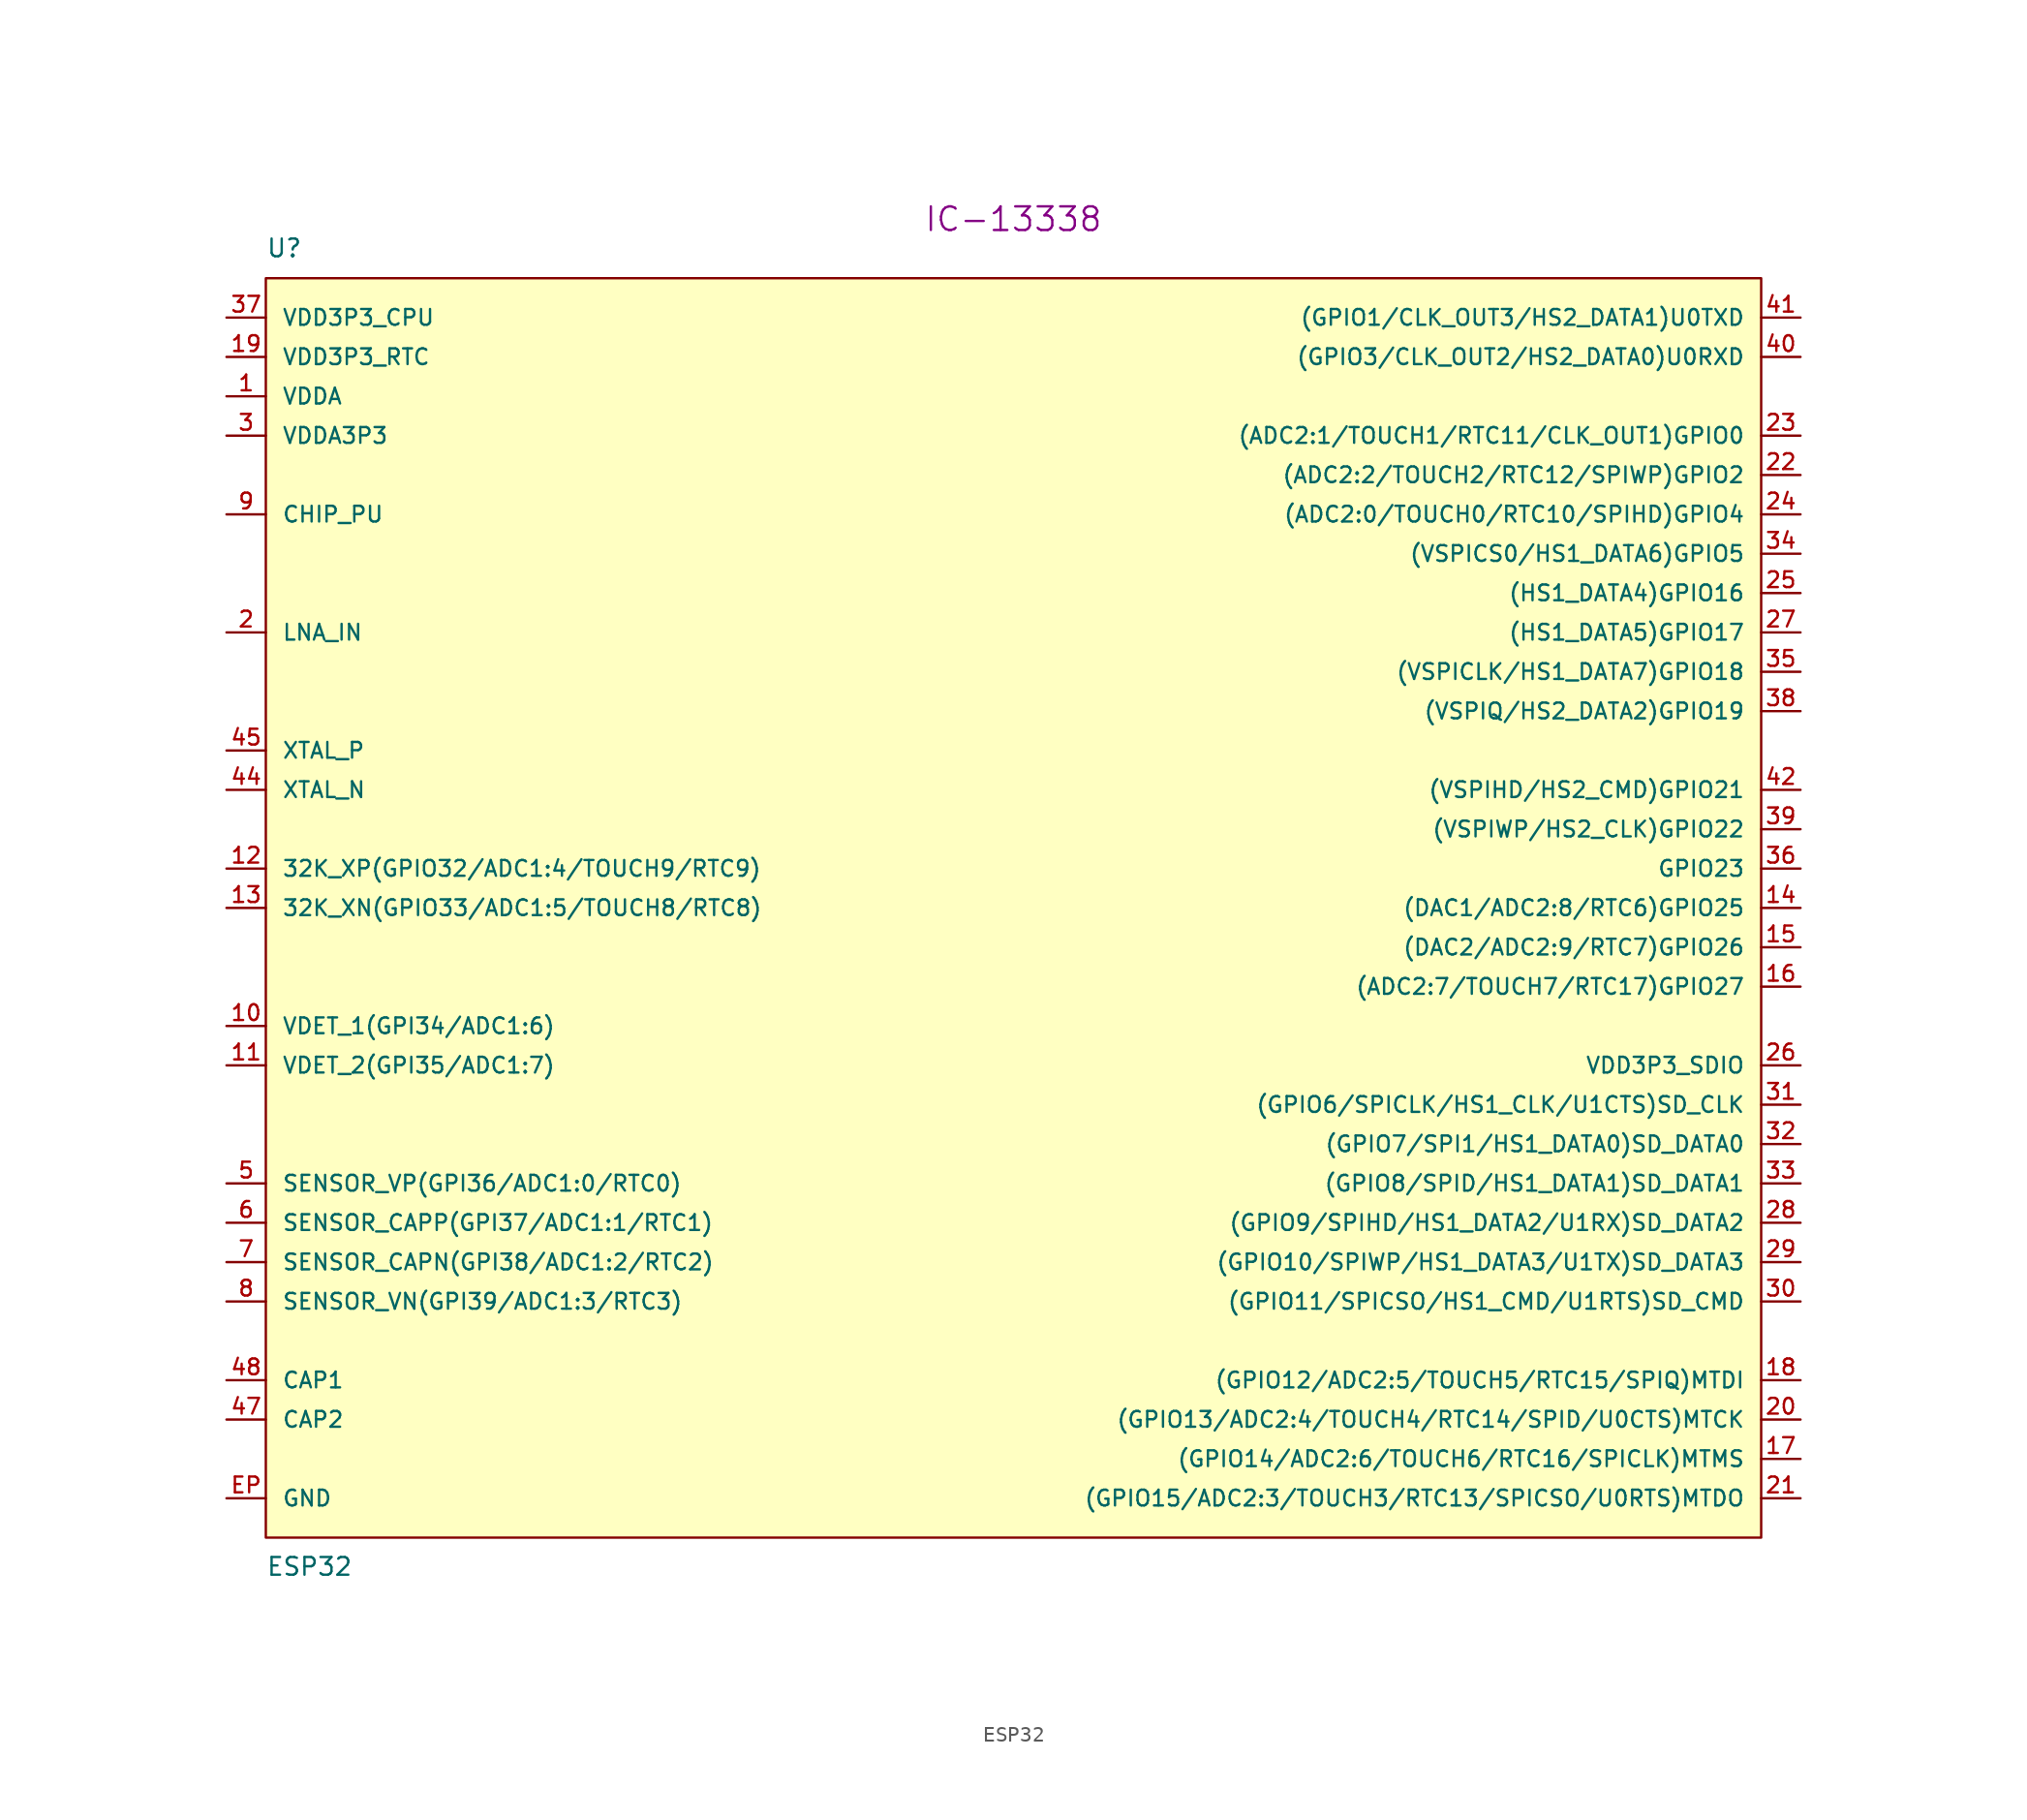
<source format=kicad_sym>
(kicad_symbol_lib
  (version 20220914)
  (generator kicad_symbol_editor)
  (symbol "ESP32"
    (pin_names
      (offset 1.016))
    (property "Reference" "U"
      (at -48.26 41.91 0)
      (effects (font (size 1.143 1.143)) (justify left bottom)))
    (property "Value" "ESP32"
      (at -48.26 -43.18 0)
      (effects (font (size 1.143 1.143)) (justify left bottom)))
    (property "Field4" "IC-13338"
      (at 0 44.45 0)
      (effects (font (size 1.524 1.524))))
    (property "ki_locked" ""
      (at 0 0 0)
      (effects (font (size 1.27 1.27))))
    (symbol "ESP32_1_1"
      (polyline (pts (xy 48.26 40.64) (xy -48.26 40.64) (xy -48.26 -40.64) (xy 48.26 -40.64) (xy 48.26 40.64)) (stroke (width 0) (type solid)) (fill (type background)))
      (pin bidirectional line (at -50.8 33.02 0) (length 2.54) (name "VDDA" (effects (font (size 1.016 1.016)))) (number "1" (effects (font (size 1.016 1.016)))))
      (pin bidirectional line (at -50.8 -7.62 0) (length 2.54) (name "VDET_1(GPI34/ADC1:6)" (effects (font (size 1.016 1.016)))) (number "10" (effects (font (size 1.016 1.016)))))
      (pin bidirectional line (at -50.8 -10.16 0) (length 2.54) (name "VDET_2(GPI35/ADC1:7)" (effects (font (size 1.016 1.016)))) (number "11" (effects (font (size 1.016 1.016)))))
      (pin bidirectional line (at -50.8 2.54 0) (length 2.54) (name "32K_XP(GPIO32/ADC1:4/TOUCH9/RTC9)" (effects (font (size 1.016 1.016)))) (number "12" (effects (font (size 1.016 1.016)))))
      (pin bidirectional line (at -50.8 0 0) (length 2.54) (name "32K_XN(GPIO33/ADC1:5/TOUCH8/RTC8)" (effects (font (size 1.016 1.016)))) (number "13" (effects (font (size 1.016 1.016)))))
      (pin bidirectional line (at 50.8 0 180) (length 2.54) (name "(DAC1/ADC2:8/RTC6)GPIO25" (effects (font (size 1.016 1.016)))) (number "14" (effects (font (size 1.016 1.016)))))
      (pin bidirectional line (at 50.8 -2.54 180) (length 2.54) (name "(DAC2/ADC2:9/RTC7)GPIO26" (effects (font (size 1.016 1.016)))) (number "15" (effects (font (size 1.016 1.016)))))
      (pin bidirectional line (at 50.8 -5.08 180) (length 2.54) (name "(ADC2:7/TOUCH7/RTC17)GPIO27" (effects (font (size 1.016 1.016)))) (number "16" (effects (font (size 1.016 1.016)))))
      (pin bidirectional line (at 50.8 -35.56 180) (length 2.54) (name "(GPIO14/ADC2:6/TOUCH6/RTC16/SPICLK)MTMS" (effects (font (size 1.016 1.016)))) (number "17" (effects (font (size 1.016 1.016)))))
      (pin bidirectional line (at 50.8 -30.48 180) (length 2.54) (name "(GPIO12/ADC2:5/TOUCH5/RTC15/SPIQ)MTDI" (effects (font (size 1.016 1.016)))) (number "18" (effects (font (size 1.016 1.016)))))
      (pin bidirectional line (at -50.8 35.56 0) (length 2.54) (name "VDD3P3_RTC" (effects (font (size 1.016 1.016)))) (number "19" (effects (font (size 1.016 1.016)))))
      (pin bidirectional line (at -50.8 17.78 0) (length 2.54) (name "LNA_IN" (effects (font (size 1.016 1.016)))) (number "2" (effects (font (size 1.016 1.016)))))
      (pin bidirectional line (at 50.8 -33.02 180) (length 2.54) (name "(GPIO13/ADC2:4/TOUCH4/RTC14/SPID/U0CTS)MTCK" (effects (font (size 1.016 1.016)))) (number "20" (effects (font (size 1.016 1.016)))))
      (pin bidirectional line (at 50.8 -38.1 180) (length 2.54) (name "(GPIO15/ADC2:3/TOUCH3/RTC13/SPICSO/U0RTS)MTDO" (effects (font (size 1.016 1.016)))) (number "21" (effects (font (size 1.016 1.016)))))
      (pin bidirectional line (at 50.8 27.94 180) (length 2.54) (name "(ADC2:2/TOUCH2/RTC12/SPIWP)GPIO2" (effects (font (size 1.016 1.016)))) (number "22" (effects (font (size 1.016 1.016)))))
      (pin bidirectional line (at 50.8 30.48 180) (length 2.54) (name "(ADC2:1/TOUCH1/RTC11/CLK_OUT1)GPIO0" (effects (font (size 1.016 1.016)))) (number "23" (effects (font (size 1.016 1.016)))))
      (pin bidirectional line (at 50.8 25.4 180) (length 2.54) (name "(ADC2:0/TOUCH0/RTC10/SPIHD)GPIO4" (effects (font (size 1.016 1.016)))) (number "24" (effects (font (size 1.016 1.016)))))
      (pin bidirectional line (at 50.8 20.32 180) (length 2.54) (name "(HS1_DATA4)GPIO16" (effects (font (size 1.016 1.016)))) (number "25" (effects (font (size 1.016 1.016)))))
      (pin bidirectional line (at 50.8 -10.16 180) (length 2.54) (name "VDD3P3_SDIO" (effects (font (size 1.016 1.016)))) (number "26" (effects (font (size 1.016 1.016)))))
      (pin bidirectional line (at 50.8 17.78 180) (length 2.54) (name "(HS1_DATA5)GPIO17" (effects (font (size 1.016 1.016)))) (number "27" (effects (font (size 1.016 1.016)))))
      (pin bidirectional line (at 50.8 -20.32 180) (length 2.54) (name "(GPIO9/SPIHD/HS1_DATA2/U1RX)SD_DATA2" (effects (font (size 1.016 1.016)))) (number "28" (effects (font (size 1.016 1.016)))))
      (pin bidirectional line (at 50.8 -22.86 180) (length 2.54) (name "(GPIO10/SPIWP/HS1_DATA3/U1TX)SD_DATA3" (effects (font (size 1.016 1.016)))) (number "29" (effects (font (size 1.016 1.016)))))
      (pin bidirectional line (at -50.8 30.48 0) (length 2.54) (name "VDDA3P3" (effects (font (size 1.016 1.016)))) (number "3" (effects (font (size 1.016 1.016)))))
      (pin bidirectional line (at 50.8 -25.4 180) (length 2.54) (name "(GPIO11/SPICSO/HS1_CMD/U1RTS)SD_CMD" (effects (font (size 1.016 1.016)))) (number "30" (effects (font (size 1.016 1.016)))))
      (pin bidirectional line (at 50.8 -12.7 180) (length 2.54) (name "(GPIO6/SPICLK/HS1_CLK/U1CTS)SD_CLK" (effects (font (size 1.016 1.016)))) (number "31" (effects (font (size 1.016 1.016)))))
      (pin bidirectional line (at 50.8 -15.24 180) (length 2.54) (name "(GPIO7/SPI1/HS1_DATA0)SD_DATA0" (effects (font (size 1.016 1.016)))) (number "32" (effects (font (size 1.016 1.016)))))
      (pin bidirectional line (at 50.8 -17.78 180) (length 2.54) (name "(GPIO8/SPID/HS1_DATA1)SD_DATA1" (effects (font (size 1.016 1.016)))) (number "33" (effects (font (size 1.016 1.016)))))
      (pin bidirectional line (at 50.8 22.86 180) (length 2.54) (name "(VSPICS0/HS1_DATA6)GPIO5" (effects (font (size 1.016 1.016)))) (number "34" (effects (font (size 1.016 1.016)))))
      (pin bidirectional line (at 50.8 15.24 180) (length 2.54) (name "(VSPICLK/HS1_DATA7)GPIO18" (effects (font (size 1.016 1.016)))) (number "35" (effects (font (size 1.016 1.016)))))
      (pin bidirectional line (at 50.8 2.54 180) (length 2.54) (name "GPIO23" (effects (font (size 1.016 1.016)))) (number "36" (effects (font (size 1.016 1.016)))))
      (pin bidirectional line (at -50.8 38.1 0) (length 2.54) (name "VDD3P3_CPU" (effects (font (size 1.016 1.016)))) (number "37" (effects (font (size 1.016 1.016)))))
      (pin bidirectional line (at 50.8 12.7 180) (length 2.54) (name "(VSPIQ/HS2_DATA2)GPIO19" (effects (font (size 1.016 1.016)))) (number "38" (effects (font (size 1.016 1.016)))))
      (pin bidirectional line (at 50.8 5.08 180) (length 2.54) (name "(VSPIWP/HS2_CLK)GPIO22" (effects (font (size 1.016 1.016)))) (number "39" (effects (font (size 1.016 1.016)))))
      (pin bidirectional line (at -50.8 30.48 0) (length 2.54) hide (name "VDDA3P3" (effects (font (size 1.016 1.016)))) (number "4" (effects (font (size 1.016 1.016)))))
      (pin bidirectional line (at 50.8 35.56 180) (length 2.54) (name "(GPIO3/CLK_OUT2/HS2_DATA0)U0RXD" (effects (font (size 1.016 1.016)))) (number "40" (effects (font (size 1.016 1.016)))))
      (pin bidirectional line (at 50.8 38.1 180) (length 2.54) (name "(GPIO1/CLK_OUT3/HS2_DATA1)U0TXD" (effects (font (size 1.016 1.016)))) (number "41" (effects (font (size 1.016 1.016)))))
      (pin bidirectional line (at 50.8 7.62 180) (length 2.54) (name "(VSPIHD/HS2_CMD)GPIO21" (effects (font (size 1.016 1.016)))) (number "42" (effects (font (size 1.016 1.016)))))
      (pin bidirectional line (at -50.8 33.02 0) (length 2.54) hide (name "VDDA" (effects (font (size 1.016 1.016)))) (number "43" (effects (font (size 1.016 1.016)))))
      (pin bidirectional line (at -50.8 7.62 0) (length 2.54) (name "XTAL_N" (effects (font (size 1.016 1.016)))) (number "44" (effects (font (size 1.016 1.016)))))
      (pin bidirectional line (at -50.8 10.16 0) (length 2.54) (name "XTAL_P" (effects (font (size 1.016 1.016)))) (number "45" (effects (font (size 1.016 1.016)))))
      (pin bidirectional line (at -50.8 33.02 0) (length 2.54) hide (name "VDDA" (effects (font (size 1.016 1.016)))) (number "46" (effects (font (size 1.016 1.016)))))
      (pin bidirectional line (at -50.8 -33.02 0) (length 2.54) (name "CAP2" (effects (font (size 1.016 1.016)))) (number "47" (effects (font (size 1.016 1.016)))))
      (pin bidirectional line (at -50.8 -30.48 0) (length 2.54) (name "CAP1" (effects (font (size 1.016 1.016)))) (number "48" (effects (font (size 1.016 1.016)))))
      (pin bidirectional line (at -50.8 -17.78 0) (length 2.54) (name "SENSOR_VP(GPI36/ADC1:0/RTC0)" (effects (font (size 1.016 1.016)))) (number "5" (effects (font (size 1.016 1.016)))))
      (pin bidirectional line (at -50.8 -20.32 0) (length 2.54) (name "SENSOR_CAPP(GPI37/ADC1:1/RTC1)" (effects (font (size 1.016 1.016)))) (number "6" (effects (font (size 1.016 1.016)))))
      (pin bidirectional line (at -50.8 -22.86 0) (length 2.54) (name "SENSOR_CAPN(GPI38/ADC1:2/RTC2)" (effects (font (size 1.016 1.016)))) (number "7" (effects (font (size 1.016 1.016)))))
      (pin bidirectional line (at -50.8 -25.4 0) (length 2.54) (name "SENSOR_VN(GPI39/ADC1:3/RTC3)" (effects (font (size 1.016 1.016)))) (number "8" (effects (font (size 1.016 1.016)))))
      (pin bidirectional line (at -50.8 25.4 0) (length 2.54) (name "CHIP_PU" (effects (font (size 1.016 1.016)))) (number "9" (effects (font (size 1.016 1.016)))))
      (pin bidirectional line (at -50.8 -38.1 0) (length 2.54) (name "GND" (effects (font (size 1.016 1.016)))) (number "EP" (effects (font (size 1.016 1.016))))))))
</source>
